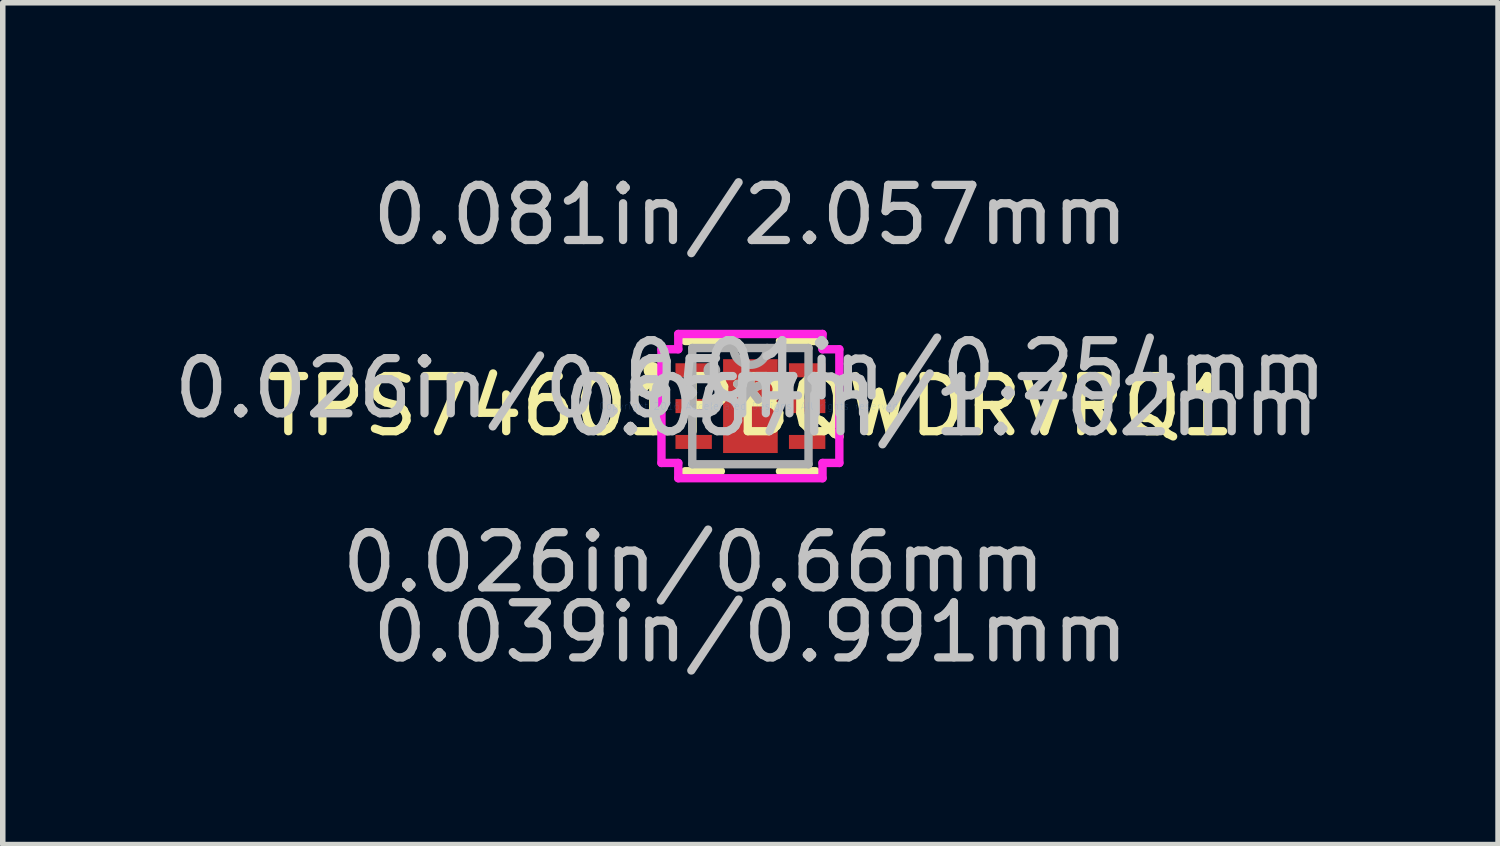
<source format=kicad_pcb>
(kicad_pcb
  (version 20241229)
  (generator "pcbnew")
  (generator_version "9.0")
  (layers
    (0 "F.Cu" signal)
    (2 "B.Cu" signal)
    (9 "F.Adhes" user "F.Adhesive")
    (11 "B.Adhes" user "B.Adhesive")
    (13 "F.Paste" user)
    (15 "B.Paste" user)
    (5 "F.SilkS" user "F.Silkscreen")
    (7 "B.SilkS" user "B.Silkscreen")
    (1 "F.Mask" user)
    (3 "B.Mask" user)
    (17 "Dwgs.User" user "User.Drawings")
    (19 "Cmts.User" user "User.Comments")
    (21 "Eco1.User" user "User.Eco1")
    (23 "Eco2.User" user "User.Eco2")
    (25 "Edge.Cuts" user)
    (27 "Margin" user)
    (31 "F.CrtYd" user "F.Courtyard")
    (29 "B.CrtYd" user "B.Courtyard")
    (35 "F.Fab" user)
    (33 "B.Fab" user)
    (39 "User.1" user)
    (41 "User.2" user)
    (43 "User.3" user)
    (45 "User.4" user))
  (footprint "TPS74601PBQWDRVRQ1"
    (layer "F.Cu")
    (at 10.559 4.315)
    (property "Reference" "TPS74601PBQWDRVRQ1" (at 0 0 0) (layer "F.SilkS") (effects (font (size 1 1) (thickness 0.15))))
    (attr through_hole)
    (fp_line (start -1.181 1.181) (end -0.536 1.181) (stroke (width 0.152) (type solid)) (layer "F.SilkS"))
    (fp_line (start -0.536 -1.181) (end -1.181 -1.181) (stroke (width 0.152) (type solid)) (layer "F.SilkS"))
    (fp_line (start 0.536 1.181) (end 1.181 1.181) (stroke (width 0.152) (type solid)) (layer "F.SilkS"))
    (fp_line (start 1.181 -1.181) (end 0.536 -1.181) (stroke (width 0.152) (type solid)) (layer "F.SilkS"))
    (fp_circle (center -1.785 -0.65) (end -1.709 -0.65) (stroke (width 0.152) (type solid)) (fill no) (layer "F.SilkS"))
    (fp_line (start -1.613 -1.031) (end -1.308 -1.031) (stroke (width 0.152) (type solid)) (layer "F.CrtYd"))
    (fp_line (start -1.613 1.031) (end -1.613 -1.031) (stroke (width 0.152) (type solid)) (layer "F.CrtYd"))
    (fp_line (start -1.308 -1.308) (end 1.308 -1.308) (stroke (width 0.152) (type solid)) (layer "F.CrtYd"))
    (fp_line (start -1.308 -1.031) (end -1.308 -1.308) (stroke (width 0.152) (type solid)) (layer "F.CrtYd"))
    (fp_line (start -1.308 1.031) (end -1.613 1.031) (stroke (width 0.152) (type solid)) (layer "F.CrtYd"))
    (fp_line (start -1.308 1.308) (end -1.308 1.031) (stroke (width 0.152) (type solid)) (layer "F.CrtYd"))
    (fp_line (start 1.308 -1.308) (end 1.308 -1.031) (stroke (width 0.152) (type solid)) (layer "F.CrtYd"))
    (fp_line (start 1.308 -1.031) (end 1.613 -1.031) (stroke (width 0.152) (type solid)) (layer "F.CrtYd"))
    (fp_line (start 1.308 1.031) (end 1.308 1.308) (stroke (width 0.152) (type solid)) (layer "F.CrtYd"))
    (fp_line (start 1.308 1.308) (end -1.308 1.308) (stroke (width 0.152) (type solid)) (layer "F.CrtYd"))
    (fp_line (start 1.613 -1.031) (end 1.613 1.031) (stroke (width 0.152) (type solid)) (layer "F.CrtYd"))
    (fp_line (start 1.613 1.031) (end 1.308 1.031) (stroke (width 0.152) (type solid)) (layer "F.CrtYd"))
    (fp_line (start -1.054 -1.054) (end -1.054 1.054) (stroke (width 0.152) (type solid)) (layer "F.Fab"))
    (fp_line (start -1.054 1.054) (end 1.054 1.054) (stroke (width 0.152) (type solid)) (layer "F.Fab"))
    (fp_line (start 1.054 -1.054) (end -1.054 -1.054) (stroke (width 0.152) (type solid)) (layer "F.Fab"))
    (fp_line (start 1.054 1.054) (end 1.054 -1.054) (stroke (width 0.152) (type solid)) (layer "F.Fab"))
    (fp_arc (start 0.3048 -1.0541) (mid 0 -0.7493) (end -0.3048 -1.0541) (stroke (width 0.1524) (type solid)) (layer "F.Fab"))
    (fp_circle (center -0.699 -0.65) (end -0.699 -0.65) (stroke (width 0.152) (type solid)) (fill no) (layer "F.Fab"))
    (fp_text user "*" (at 0 0 0) (layer "F.SilkS") (effects (font (size 1 1) (thickness 0.15))))
    (fp_text user "0.026in/0.65mm" (at -4.077 -0.325 0) (layer "Dwgs.User") (effects (font (size 1 1) (thickness 0.15))))
    (fp_text user "0.026in/0.66mm" (at -1.029 2.832 0) (layer "Dwgs.User") (effects (font (size 1 1) (thickness 0.15))))
    (fp_text user "0.067in/1.702mm" (at 3.467 0 0) (layer "Dwgs.User") (effects (font (size 1 1) (thickness 0.15))))
    (fp_text user "0.01in/0.254mm" (at 4.077 -0.65 0) (layer "Dwgs.User") (effects (font (size 1 1) (thickness 0.15))))
    (fp_text user "0.081in/2.057mm" (at 0 -3.467 0) (layer "Dwgs.User") (effects (font (size 1 1) (thickness 0.15))))
    (fp_text user "0.039in/0.991mm" (at 0 4.102 0) (layer "Dwgs.User") (effects (font (size 1 1) (thickness 0.15))))
    (fp_text user "Copyright 2016 Accelerated Designs. All rights reserved." (at 0 0 0) (layer "Cmts.User") (effects (font (size 0.127 0.127) (thickness 0.002))))
    (fp_text user "*" (at 0 0 0) (layer "F.Fab") (effects (font (size 1 1) (thickness 0.15))))
    (pad "1" smd rect (at -1.029 -0.65) (size 0.66 0.254) (layers "F.Cu" "F.Mask" "F.Paste"))
    (pad "2" smd rect (at -1.029 0) (size 0.66 0.254) (layers "F.Cu" "F.Mask" "F.Paste"))
    (pad "3" smd rect (at -1.029 0.65) (size 0.66 0.254) (layers "F.Cu" "F.Mask" "F.Paste"))
    (pad "4" smd rect (at 1.029 0.65) (size 0.66 0.254) (layers "F.Cu" "F.Mask" "F.Paste"))
    (pad "5" smd rect (at 1.029 0) (size 0.66 0.254) (layers "F.Cu" "F.Mask" "F.Paste"))
    (pad "6" smd rect (at 1.029 -0.65) (size 0.66 0.254) (layers "F.Cu" "F.Mask" "F.Paste"))
    (pad "7" smd rect (at 0 0) (size 0.991 1.702) (layers "F.Cu" "F.Mask" "F.Paste")))
  (gr_rect
    (start -3 -3)
    (end 24.118 12.266)
    (stroke (width 0.1) (type default))
    (fill no)
    (layer "Edge.Cuts")))
</source>
